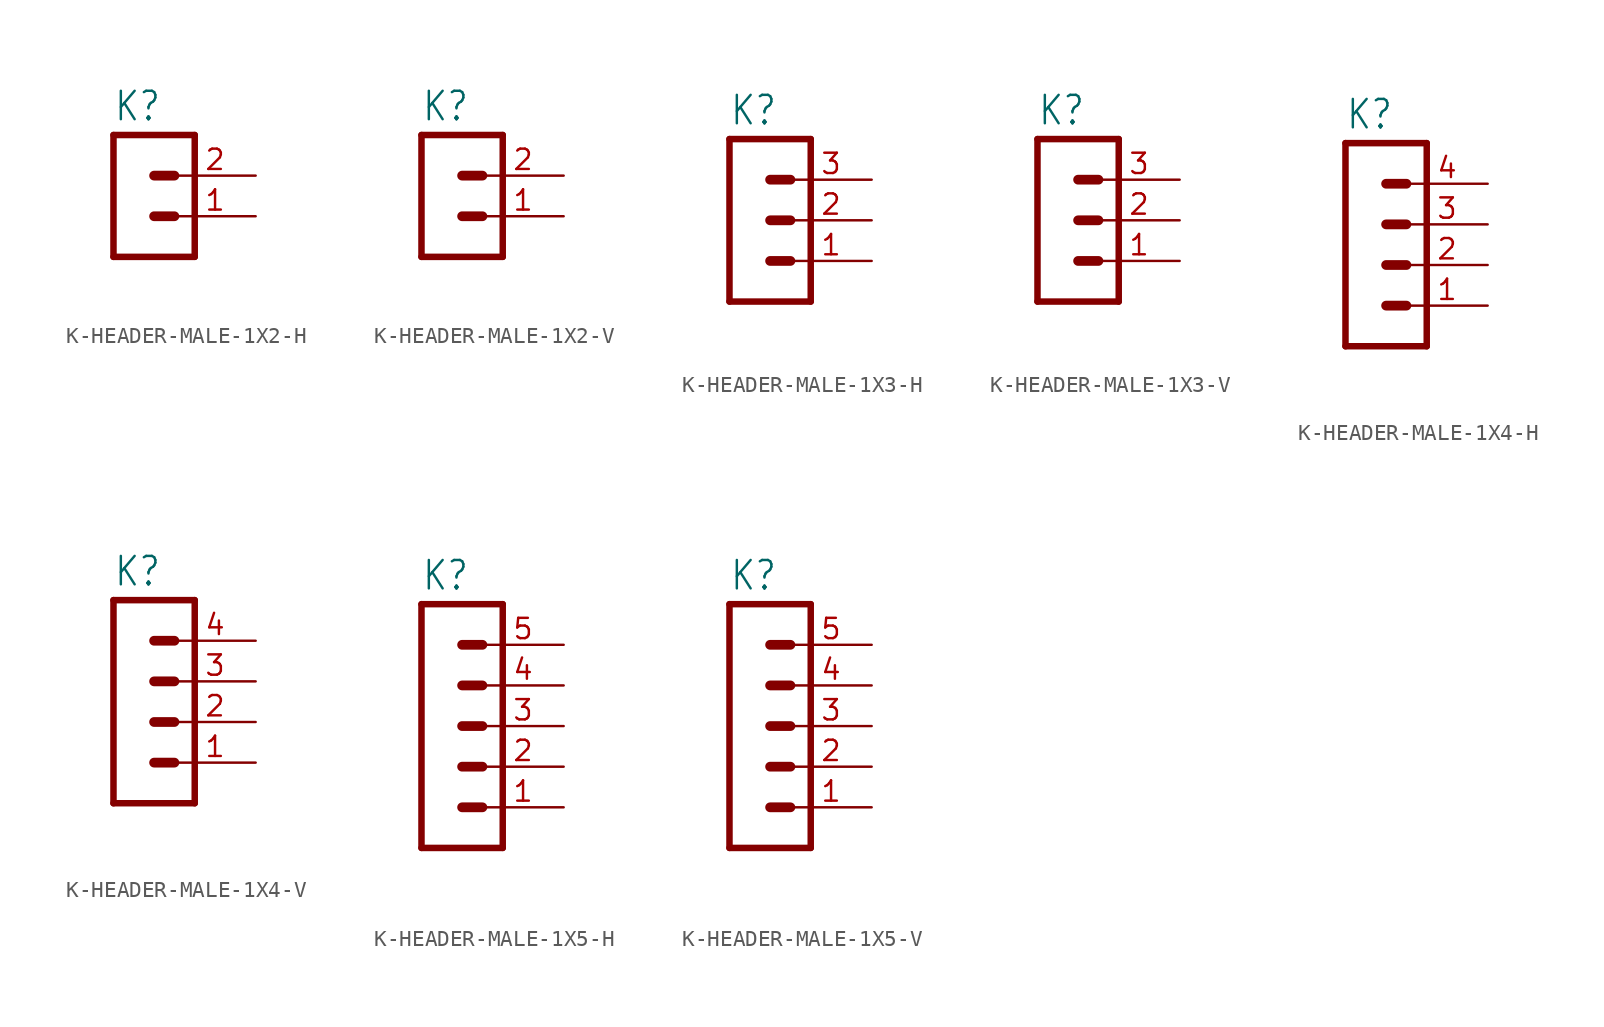
<source format=kicad_sym>
(kicad_symbol_lib
  (version 20231120)
  (generator "kicad_symbol_editor")
  (generator_version "8.0")
  (symbol "K-HEADER-MALE-1X2-H"
    (property "Reference" "K"
      (at -1.27 3.302 0)
      (effects (font (size 1.778 1.511)) (justify left bottom)))
    (property "Value" ""
      (at -1.27 -7.62 0)
      (effects (font (size 1.778 1.511)) (justify left bottom)))
    (property "ki_locked" ""
      (at 0 0 0)
      (effects (font (size 1.27 1.27))))
    (symbol "K-HEADER-MALE-1X2-H_1_0"
      (polyline (pts (xy -1.27 2.54) (xy -1.27 -5.08)) (stroke (width 0.406) (type solid)) (fill (type none)))
      (polyline (pts (xy -1.27 2.54) (xy 3.81 2.54)) (stroke (width 0.406) (type solid)) (fill (type none)))
      (polyline (pts (xy 1.27 -2.54) (xy 2.54 -2.54)) (stroke (width 0.61) (type solid)) (fill (type none)))
      (polyline (pts (xy 1.27 0) (xy 2.54 0)) (stroke (width 0.61) (type solid)) (fill (type none)))
      (polyline (pts (xy 3.81 -5.08) (xy -1.27 -5.08)) (stroke (width 0.406) (type solid)) (fill (type none)))
      (polyline (pts (xy 3.81 -5.08) (xy 3.81 2.54)) (stroke (width 0.406) (type solid)) (fill (type none)))
      (pin passive line (at 7.62 -2.54 180) (length 5.08) (name "1" (effects (font (size 0 0)))) (number "1" (effects (font (size 1.27 1.27)))))
      (pin passive line (at 7.62 0 180) (length 5.08) (name "2" (effects (font (size 0 0)))) (number "2" (effects (font (size 1.27 1.27)))))))
  (symbol "K-HEADER-MALE-1X2-V"
    (property "Reference" "K"
      (at -1.27 3.302 0)
      (effects (font (size 1.778 1.511)) (justify left bottom)))
    (property "Value" ""
      (at -1.27 -7.62 0)
      (effects (font (size 1.778 1.511)) (justify left bottom)))
    (property "ki_locked" ""
      (at 0 0 0)
      (effects (font (size 1.27 1.27))))
    (symbol "K-HEADER-MALE-1X2-V_1_0"
      (polyline (pts (xy -1.27 2.54) (xy -1.27 -5.08)) (stroke (width 0.406) (type solid)) (fill (type none)))
      (polyline (pts (xy -1.27 2.54) (xy 3.81 2.54)) (stroke (width 0.406) (type solid)) (fill (type none)))
      (polyline (pts (xy 1.27 -2.54) (xy 2.54 -2.54)) (stroke (width 0.61) (type solid)) (fill (type none)))
      (polyline (pts (xy 1.27 0) (xy 2.54 0)) (stroke (width 0.61) (type solid)) (fill (type none)))
      (polyline (pts (xy 3.81 -5.08) (xy -1.27 -5.08)) (stroke (width 0.406) (type solid)) (fill (type none)))
      (polyline (pts (xy 3.81 -5.08) (xy 3.81 2.54)) (stroke (width 0.406) (type solid)) (fill (type none)))
      (pin passive line (at 7.62 -2.54 180) (length 5.08) (name "1" (effects (font (size 0 0)))) (number "1" (effects (font (size 1.27 1.27)))))
      (pin passive line (at 7.62 0 180) (length 5.08) (name "2" (effects (font (size 0 0)))) (number "2" (effects (font (size 1.27 1.27)))))))
  (symbol "K-HEADER-MALE-1X3-H"
    (property "Reference" "K"
      (at -1.27 5.842 0)
      (effects (font (size 1.778 1.511)) (justify left bottom)))
    (property "Value" ""
      (at -1.27 -7.62 0)
      (effects (font (size 1.778 1.511)) (justify left bottom)))
    (property "ki_locked" ""
      (at 0 0 0)
      (effects (font (size 1.27 1.27))))
    (symbol "K-HEADER-MALE-1X3-H_1_0"
      (polyline (pts (xy -1.27 5.08) (xy -1.27 -5.08)) (stroke (width 0.406) (type solid)) (fill (type none)))
      (polyline (pts (xy -1.27 5.08) (xy 3.81 5.08)) (stroke (width 0.406) (type solid)) (fill (type none)))
      (polyline (pts (xy 1.27 -2.54) (xy 2.54 -2.54)) (stroke (width 0.61) (type solid)) (fill (type none)))
      (polyline (pts (xy 1.27 0) (xy 2.54 0)) (stroke (width 0.61) (type solid)) (fill (type none)))
      (polyline (pts (xy 1.27 2.54) (xy 2.54 2.54)) (stroke (width 0.61) (type solid)) (fill (type none)))
      (polyline (pts (xy 3.81 -5.08) (xy -1.27 -5.08)) (stroke (width 0.406) (type solid)) (fill (type none)))
      (polyline (pts (xy 3.81 -5.08) (xy 3.81 5.08)) (stroke (width 0.406) (type solid)) (fill (type none)))
      (pin passive line (at 7.62 -2.54 180) (length 5.08) (name "1" (effects (font (size 0 0)))) (number "1" (effects (font (size 1.27 1.27)))))
      (pin passive line (at 7.62 0 180) (length 5.08) (name "2" (effects (font (size 0 0)))) (number "2" (effects (font (size 1.27 1.27)))))
      (pin passive line (at 7.62 2.54 180) (length 5.08) (name "3" (effects (font (size 0 0)))) (number "3" (effects (font (size 1.27 1.27)))))))
  (symbol "K-HEADER-MALE-1X3-V"
    (property "Reference" "K"
      (at -1.27 5.842 0)
      (effects (font (size 1.778 1.511)) (justify left bottom)))
    (property "Value" ""
      (at -1.27 -7.62 0)
      (effects (font (size 1.778 1.511)) (justify left bottom)))
    (property "ki_locked" ""
      (at 0 0 0)
      (effects (font (size 1.27 1.27))))
    (symbol "K-HEADER-MALE-1X3-V_1_0"
      (polyline (pts (xy -1.27 5.08) (xy -1.27 -5.08)) (stroke (width 0.406) (type solid)) (fill (type none)))
      (polyline (pts (xy -1.27 5.08) (xy 3.81 5.08)) (stroke (width 0.406) (type solid)) (fill (type none)))
      (polyline (pts (xy 1.27 -2.54) (xy 2.54 -2.54)) (stroke (width 0.61) (type solid)) (fill (type none)))
      (polyline (pts (xy 1.27 0) (xy 2.54 0)) (stroke (width 0.61) (type solid)) (fill (type none)))
      (polyline (pts (xy 1.27 2.54) (xy 2.54 2.54)) (stroke (width 0.61) (type solid)) (fill (type none)))
      (polyline (pts (xy 3.81 -5.08) (xy -1.27 -5.08)) (stroke (width 0.406) (type solid)) (fill (type none)))
      (polyline (pts (xy 3.81 -5.08) (xy 3.81 5.08)) (stroke (width 0.406) (type solid)) (fill (type none)))
      (pin passive line (at 7.62 -2.54 180) (length 5.08) (name "1" (effects (font (size 0 0)))) (number "1" (effects (font (size 1.27 1.27)))))
      (pin passive line (at 7.62 0 180) (length 5.08) (name "2" (effects (font (size 0 0)))) (number "2" (effects (font (size 1.27 1.27)))))
      (pin passive line (at 7.62 2.54 180) (length 5.08) (name "3" (effects (font (size 0 0)))) (number "3" (effects (font (size 1.27 1.27)))))))
  (symbol "K-HEADER-MALE-1X4-H"
    (property "Reference" "K"
      (at -1.27 5.842 0)
      (effects (font (size 1.778 1.511)) (justify left bottom)))
    (property "Value" ""
      (at -1.27 -10.16 0)
      (effects (font (size 1.778 1.511)) (justify left bottom)))
    (property "ki_locked" ""
      (at 0 0 0)
      (effects (font (size 1.27 1.27))))
    (symbol "K-HEADER-MALE-1X4-H_1_0"
      (polyline (pts (xy -1.27 5.08) (xy -1.27 -7.62)) (stroke (width 0.406) (type solid)) (fill (type none)))
      (polyline (pts (xy -1.27 5.08) (xy 3.81 5.08)) (stroke (width 0.406) (type solid)) (fill (type none)))
      (polyline (pts (xy 1.27 -5.08) (xy 2.54 -5.08)) (stroke (width 0.61) (type solid)) (fill (type none)))
      (polyline (pts (xy 1.27 -2.54) (xy 2.54 -2.54)) (stroke (width 0.61) (type solid)) (fill (type none)))
      (polyline (pts (xy 1.27 0) (xy 2.54 0)) (stroke (width 0.61) (type solid)) (fill (type none)))
      (polyline (pts (xy 1.27 2.54) (xy 2.54 2.54)) (stroke (width 0.61) (type solid)) (fill (type none)))
      (polyline (pts (xy 3.81 -7.62) (xy -1.27 -7.62)) (stroke (width 0.406) (type solid)) (fill (type none)))
      (polyline (pts (xy 3.81 -7.62) (xy 3.81 5.08)) (stroke (width 0.406) (type solid)) (fill (type none)))
      (pin passive line (at 7.62 -5.08 180) (length 5.08) (name "1" (effects (font (size 0 0)))) (number "1" (effects (font (size 1.27 1.27)))))
      (pin passive line (at 7.62 -2.54 180) (length 5.08) (name "2" (effects (font (size 0 0)))) (number "2" (effects (font (size 1.27 1.27)))))
      (pin passive line (at 7.62 0 180) (length 5.08) (name "3" (effects (font (size 0 0)))) (number "3" (effects (font (size 1.27 1.27)))))
      (pin passive line (at 7.62 2.54 180) (length 5.08) (name "4" (effects (font (size 0 0)))) (number "4" (effects (font (size 1.27 1.27)))))))
  (symbol "K-HEADER-MALE-1X4-V"
    (property "Reference" "K"
      (at -1.27 5.842 0)
      (effects (font (size 1.778 1.511)) (justify left bottom)))
    (property "Value" ""
      (at -1.27 -10.16 0)
      (effects (font (size 1.778 1.511)) (justify left bottom)))
    (property "ki_locked" ""
      (at 0 0 0)
      (effects (font (size 1.27 1.27))))
    (symbol "K-HEADER-MALE-1X4-V_1_0"
      (polyline (pts (xy -1.27 5.08) (xy -1.27 -7.62)) (stroke (width 0.406) (type solid)) (fill (type none)))
      (polyline (pts (xy -1.27 5.08) (xy 3.81 5.08)) (stroke (width 0.406) (type solid)) (fill (type none)))
      (polyline (pts (xy 1.27 -5.08) (xy 2.54 -5.08)) (stroke (width 0.61) (type solid)) (fill (type none)))
      (polyline (pts (xy 1.27 -2.54) (xy 2.54 -2.54)) (stroke (width 0.61) (type solid)) (fill (type none)))
      (polyline (pts (xy 1.27 0) (xy 2.54 0)) (stroke (width 0.61) (type solid)) (fill (type none)))
      (polyline (pts (xy 1.27 2.54) (xy 2.54 2.54)) (stroke (width 0.61) (type solid)) (fill (type none)))
      (polyline (pts (xy 3.81 -7.62) (xy -1.27 -7.62)) (stroke (width 0.406) (type solid)) (fill (type none)))
      (polyline (pts (xy 3.81 -7.62) (xy 3.81 5.08)) (stroke (width 0.406) (type solid)) (fill (type none)))
      (pin passive line (at 7.62 -5.08 180) (length 5.08) (name "1" (effects (font (size 0 0)))) (number "1" (effects (font (size 1.27 1.27)))))
      (pin passive line (at 7.62 -2.54 180) (length 5.08) (name "2" (effects (font (size 0 0)))) (number "2" (effects (font (size 1.27 1.27)))))
      (pin passive line (at 7.62 0 180) (length 5.08) (name "3" (effects (font (size 0 0)))) (number "3" (effects (font (size 1.27 1.27)))))
      (pin passive line (at 7.62 2.54 180) (length 5.08) (name "4" (effects (font (size 0 0)))) (number "4" (effects (font (size 1.27 1.27)))))))
  (symbol "K-HEADER-MALE-1X5-H"
    (property "Reference" "K"
      (at -1.27 8.382 0)
      (effects (font (size 1.778 1.511)) (justify left bottom)))
    (property "Value" ""
      (at -1.27 -10.16 0)
      (effects (font (size 1.778 1.511)) (justify left bottom)))
    (property "ki_locked" ""
      (at 0 0 0)
      (effects (font (size 1.27 1.27))))
    (symbol "K-HEADER-MALE-1X5-H_1_0"
      (polyline (pts (xy -1.27 7.62) (xy -1.27 -7.62)) (stroke (width 0.406) (type solid)) (fill (type none)))
      (polyline (pts (xy -1.27 7.62) (xy 3.81 7.62)) (stroke (width 0.406) (type solid)) (fill (type none)))
      (polyline (pts (xy 1.27 -5.08) (xy 2.54 -5.08)) (stroke (width 0.61) (type solid)) (fill (type none)))
      (polyline (pts (xy 1.27 -2.54) (xy 2.54 -2.54)) (stroke (width 0.61) (type solid)) (fill (type none)))
      (polyline (pts (xy 1.27 0) (xy 2.54 0)) (stroke (width 0.61) (type solid)) (fill (type none)))
      (polyline (pts (xy 1.27 2.54) (xy 2.54 2.54)) (stroke (width 0.61) (type solid)) (fill (type none)))
      (polyline (pts (xy 1.27 5.08) (xy 2.54 5.08)) (stroke (width 0.61) (type solid)) (fill (type none)))
      (polyline (pts (xy 3.81 -7.62) (xy -1.27 -7.62)) (stroke (width 0.406) (type solid)) (fill (type none)))
      (polyline (pts (xy 3.81 -7.62) (xy 3.81 7.62)) (stroke (width 0.406) (type solid)) (fill (type none)))
      (pin passive line (at 7.62 -5.08 180) (length 5.08) (name "1" (effects (font (size 0 0)))) (number "1" (effects (font (size 1.27 1.27)))))
      (pin passive line (at 7.62 -2.54 180) (length 5.08) (name "2" (effects (font (size 0 0)))) (number "2" (effects (font (size 1.27 1.27)))))
      (pin passive line (at 7.62 0 180) (length 5.08) (name "3" (effects (font (size 0 0)))) (number "3" (effects (font (size 1.27 1.27)))))
      (pin passive line (at 7.62 2.54 180) (length 5.08) (name "4" (effects (font (size 0 0)))) (number "4" (effects (font (size 1.27 1.27)))))
      (pin passive line (at 7.62 5.08 180) (length 5.08) (name "5" (effects (font (size 0 0)))) (number "5" (effects (font (size 1.27 1.27)))))))
  (symbol "K-HEADER-MALE-1X5-V"
    (property "Reference" "K"
      (at -1.27 8.382 0)
      (effects (font (size 1.778 1.511)) (justify left bottom)))
    (property "Value" ""
      (at -1.27 -10.16 0)
      (effects (font (size 1.778 1.511)) (justify left bottom)))
    (property "ki_locked" ""
      (at 0 0 0)
      (effects (font (size 1.27 1.27))))
    (symbol "K-HEADER-MALE-1X5-V_1_0"
      (polyline (pts (xy -1.27 7.62) (xy -1.27 -7.62)) (stroke (width 0.406) (type solid)) (fill (type none)))
      (polyline (pts (xy -1.27 7.62) (xy 3.81 7.62)) (stroke (width 0.406) (type solid)) (fill (type none)))
      (polyline (pts (xy 1.27 -5.08) (xy 2.54 -5.08)) (stroke (width 0.61) (type solid)) (fill (type none)))
      (polyline (pts (xy 1.27 -2.54) (xy 2.54 -2.54)) (stroke (width 0.61) (type solid)) (fill (type none)))
      (polyline (pts (xy 1.27 0) (xy 2.54 0)) (stroke (width 0.61) (type solid)) (fill (type none)))
      (polyline (pts (xy 1.27 2.54) (xy 2.54 2.54)) (stroke (width 0.61) (type solid)) (fill (type none)))
      (polyline (pts (xy 1.27 5.08) (xy 2.54 5.08)) (stroke (width 0.61) (type solid)) (fill (type none)))
      (polyline (pts (xy 3.81 -7.62) (xy -1.27 -7.62)) (stroke (width 0.406) (type solid)) (fill (type none)))
      (polyline (pts (xy 3.81 -7.62) (xy 3.81 7.62)) (stroke (width 0.406) (type solid)) (fill (type none)))
      (pin passive line (at 7.62 -5.08 180) (length 5.08) (name "1" (effects (font (size 0 0)))) (number "1" (effects (font (size 1.27 1.27)))))
      (pin passive line (at 7.62 -2.54 180) (length 5.08) (name "2" (effects (font (size 0 0)))) (number "2" (effects (font (size 1.27 1.27)))))
      (pin passive line (at 7.62 0 180) (length 5.08) (name "3" (effects (font (size 0 0)))) (number "3" (effects (font (size 1.27 1.27)))))
      (pin passive line (at 7.62 2.54 180) (length 5.08) (name "4" (effects (font (size 0 0)))) (number "4" (effects (font (size 1.27 1.27)))))
      (pin passive line (at 7.62 5.08 180) (length 5.08) (name "5" (effects (font (size 0 0)))) (number "5" (effects (font (size 1.27 1.27))))))))
</source>
